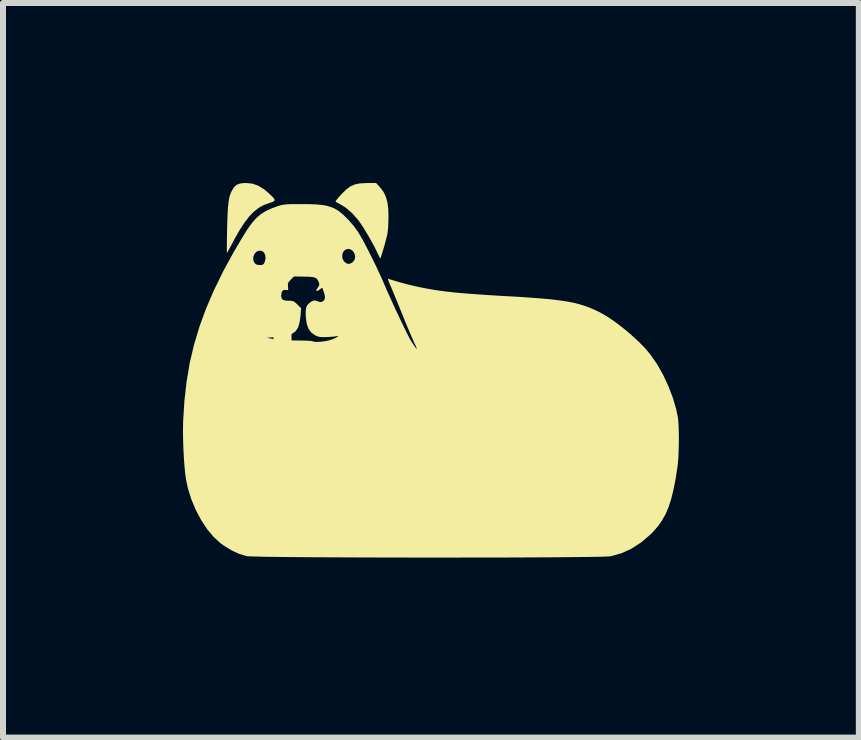
<source format=kicad_pcb>
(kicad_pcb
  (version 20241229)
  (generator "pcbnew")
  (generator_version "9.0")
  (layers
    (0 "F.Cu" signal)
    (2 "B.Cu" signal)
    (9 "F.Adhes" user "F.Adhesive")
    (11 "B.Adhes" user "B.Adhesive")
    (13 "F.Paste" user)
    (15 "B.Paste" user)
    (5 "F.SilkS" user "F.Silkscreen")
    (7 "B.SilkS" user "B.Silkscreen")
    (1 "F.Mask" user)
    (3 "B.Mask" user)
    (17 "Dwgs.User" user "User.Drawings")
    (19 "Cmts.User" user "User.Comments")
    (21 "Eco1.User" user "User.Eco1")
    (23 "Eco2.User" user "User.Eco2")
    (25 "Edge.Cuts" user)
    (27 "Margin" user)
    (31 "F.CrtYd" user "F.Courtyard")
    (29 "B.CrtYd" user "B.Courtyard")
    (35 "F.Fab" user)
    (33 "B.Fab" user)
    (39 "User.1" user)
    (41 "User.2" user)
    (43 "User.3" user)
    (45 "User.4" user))
  (footprint "Logo"
    (layer "F.Cu")
    (at 3.981 3.134)
    (property "Reference" "Logo" (at 0 0 0) (layer "F.SilkS") (effects (font (size 1.524 1.524) (thickness 0.3))))
    (attr board_only exclude_from_pos_files exclude_from_bom)
    (fp_poly (pts (xy -2.828 -3.124) (xy -2.731 -3.091) (xy -2.636 -3.034) (xy -2.559 -2.97) (xy -2.501 -2.916) (xy -2.465 -2.878) (xy -2.453 -2.851) (xy -2.462 -2.832) (xy -2.494 -2.816) (xy -2.544 -2.8) (xy -2.636 -2.766) (xy -2.72 -2.719) (xy -2.799 -2.657) (xy -2.877 -2.577) (xy -2.954 -2.476) (xy -3.035 -2.352) (xy -3.12 -2.203) (xy -3.167 -2.115) (xy -3.198 -2.056) (xy -3.224 -2.008) (xy -3.242 -1.977) (xy -3.247 -1.969) (xy -3.249 -1.982) (xy -3.25 -2.022) (xy -3.25 -2.085) (xy -3.249 -2.168) (xy -3.248 -2.265) (xy -3.246 -2.361) (xy -3.242 -2.509) (xy -3.237 -2.629) (xy -3.231 -2.726) (xy -3.223 -2.803) (xy -3.214 -2.866) (xy -3.202 -2.917) (xy -3.187 -2.961) (xy -3.169 -3) (xy -3.13 -3.064) (xy -3.085 -3.105) (xy -3.027 -3.126) (xy -2.948 -3.134) (xy -2.934 -3.134)) (stroke (width 0) (type solid)) (fill yes) (layer "F.SilkS"))
    (fp_poly (pts (xy -0.694 -3.058) (xy -0.639 -2.986) (xy -0.6 -2.905) (xy -0.573 -2.809) (xy -0.559 -2.694) (xy -0.556 -2.563) (xy -0.558 -2.478) (xy -0.562 -2.393) (xy -0.569 -2.32) (xy -0.576 -2.274) (xy -0.587 -2.229) (xy -0.603 -2.169) (xy -0.621 -2.101) (xy -0.641 -2.032) (xy -0.66 -1.969) (xy -0.677 -1.917) (xy -0.688 -1.884) (xy -0.693 -1.876) (xy -0.701 -1.889) (xy -0.718 -1.923) (xy -0.739 -1.966) (xy -0.786 -2.063) (xy -0.844 -2.17) (xy -0.906 -2.278) (xy -0.968 -2.381) (xy -1.026 -2.468) (xy -1.058 -2.513) (xy -1.163 -2.632) (xy -1.274 -2.727) (xy -1.368 -2.783) (xy -1.409 -2.804) (xy -1.434 -2.822) (xy -1.438 -2.829) (xy -1.428 -2.845) (xy -1.401 -2.878) (xy -1.362 -2.922) (xy -1.337 -2.95) (xy -1.261 -3.025) (xy -1.191 -3.077) (xy -1.118 -3.11) (xy -1.032 -3.127) (xy -0.925 -3.133) (xy -0.917 -3.133) (xy -0.763 -3.134)) (stroke (width 0) (type solid)) (fill yes) (layer "F.SilkS"))
    (fp_poly (pts (xy -1.875 -2.781) (xy -1.764 -2.777) (xy -1.673 -2.769) (xy -1.598 -2.757) (xy -1.533 -2.739) (xy -1.472 -2.716) (xy -1.454 -2.708) (xy -1.383 -2.665) (xy -1.303 -2.599) (xy -1.221 -2.517) (xy -1.14 -2.424) (xy -1.068 -2.325) (xy -1.065 -2.321) (xy -1.028 -2.26) (xy -0.98 -2.176) (xy -0.926 -2.074) (xy -0.868 -1.961) (xy -0.809 -1.842) (xy -0.751 -1.722) (xy -0.698 -1.608) (xy -0.651 -1.504) (xy -0.643 -1.485) (xy -0.601 -1.387) (xy -0.552 -1.277) (xy -0.499 -1.159) (xy -0.444 -1.039) (xy -0.388 -0.921) (xy -0.335 -0.809) (xy -0.286 -0.707) (xy -0.244 -0.622) (xy -0.21 -0.556) (xy -0.189 -0.519) (xy -0.146 -0.449) (xy -0.113 -0.4) (xy -0.092 -0.374) (xy -0.084 -0.371) (xy -0.09 -0.392) (xy -0.111 -0.439) (xy -0.115 -0.445) (xy -0.136 -0.491) (xy -0.166 -0.56) (xy -0.203 -0.647) (xy -0.245 -0.746) (xy -0.289 -0.853) (xy -0.317 -0.922) (xy -0.361 -1.031) (xy -0.405 -1.139) (xy -0.446 -1.238) (xy -0.481 -1.324) (xy -0.509 -1.391) (xy -0.522 -1.419) (xy -0.545 -1.475) (xy -0.56 -1.517) (xy -0.565 -1.539) (xy -0.564 -1.54) (xy -0.54 -1.531) (xy -0.493 -1.516) (xy -0.429 -1.497) (xy -0.354 -1.475) (xy -0.276 -1.454) (xy -0.2 -1.435) (xy -0.148 -1.422) (xy -0.021 -1.394) (xy 0.11 -1.369) (xy 0.248 -1.346) (xy 0.396 -1.326) (xy 0.558 -1.308) (xy 0.737 -1.292) (xy 0.938 -1.277) (xy 1.163 -1.262) (xy 1.368 -1.25) (xy 1.603 -1.237) (xy 1.81 -1.223) (xy 1.991 -1.209) (xy 2.15 -1.195) (xy 2.289 -1.178) (xy 2.412 -1.16) (xy 2.521 -1.139) (xy 2.62 -1.115) (xy 2.711 -1.087) (xy 2.796 -1.056) (xy 2.88 -1.02) (xy 2.962 -0.981) (xy 3.08 -0.914) (xy 3.21 -0.827) (xy 3.344 -0.725) (xy 3.478 -0.614) (xy 3.603 -0.5) (xy 3.715 -0.387) (xy 3.805 -0.281) (xy 3.805 -0.281) (xy 3.917 -0.12) (xy 4.02 0.06) (xy 4.11 0.253) (xy 4.185 0.449) (xy 4.241 0.641) (xy 4.268 0.774) (xy 4.276 0.85) (xy 4.281 0.95) (xy 4.284 1.067) (xy 4.284 1.191) (xy 4.281 1.316) (xy 4.276 1.435) (xy 4.268 1.539) (xy 4.261 1.598) (xy 4.229 1.803) (xy 4.194 1.981) (xy 4.156 2.134) (xy 4.113 2.268) (xy 4.063 2.385) (xy 4.004 2.49) (xy 3.936 2.587) (xy 3.856 2.678) (xy 3.813 2.722) (xy 3.658 2.855) (xy 3.495 2.961) (xy 3.326 3.038) (xy 3.153 3.086) (xy 3.142 3.088) (xy 3.111 3.091) (xy 3.05 3.093) (xy 2.962 3.096) (xy 2.849 3.098) (xy 2.712 3.1) (xy 2.554 3.101) (xy 2.376 3.103) (xy 2.18 3.105) (xy 1.968 3.106) (xy 1.743 3.107) (xy 1.505 3.108) (xy 1.257 3.109) (xy 1.001 3.109) (xy 0.738 3.109) (xy 0.471 3.11) (xy 0.202 3.11) (xy -0.068 3.11) (xy -0.337 3.109) (xy -0.603 3.109) (xy -0.864 3.108) (xy -1.118 3.107) (xy -1.362 3.106) (xy -1.596 3.105) (xy -1.818 3.104) (xy -2.025 3.102) (xy -2.215 3.101) (xy -2.387 3.099) (xy -2.539 3.097) (xy -2.668 3.095) (xy -2.773 3.092) (xy -2.852 3.09) (xy -2.904 3.087) (xy -2.923 3.085) (xy -3.042 3.049) (xy -3.17 2.99) (xy -3.297 2.912) (xy -3.353 2.872) (xy -3.469 2.767) (xy -3.579 2.635) (xy -3.679 2.483) (xy -3.768 2.315) (xy -3.843 2.136) (xy -3.9 1.952) (xy -3.93 1.811) (xy -3.944 1.711) (xy -3.956 1.587) (xy -3.966 1.446) (xy -3.974 1.297) (xy -3.979 1.145) (xy -3.981 0.998) (xy -3.979 0.864) (xy -3.978 0.828) (xy -3.957 0.496) (xy -3.921 0.177) (xy -3.869 -0.132) (xy -3.798 -0.436) (xy -3.762 -0.554) (xy -2.587 -0.554) (xy -2.477 -0.532) (xy -2.415 -0.523) (xy -2.327 -0.516) (xy -2.222 -0.511) (xy -2.107 -0.509) (xy -2.1 -0.509) (xy -2.011 -0.508) (xy -1.933 -0.506) (xy -1.872 -0.503) (xy -1.832 -0.499) (xy -1.82 -0.496) (xy -1.794 -0.487) (xy -1.746 -0.485) (xy -1.684 -0.488) (xy -1.618 -0.496) (xy -1.555 -0.509) (xy -1.496 -0.527) (xy -1.442 -0.55) (xy -1.415 -0.565) (xy -1.392 -0.582) (xy -1.393 -0.587) (xy -1.399 -0.585) (xy -1.428 -0.579) (xy -1.48 -0.573) (xy -1.544 -0.568) (xy -1.571 -0.567) (xy -1.642 -0.565) (xy -1.693 -0.567) (xy -1.731 -0.575) (xy -1.768 -0.59) (xy -1.781 -0.597) (xy -1.845 -0.643) (xy -1.89 -0.707) (xy -1.92 -0.792) (xy -1.934 -0.903) (xy -1.935 -0.916) (xy -1.936 -0.998) (xy -1.928 -1.058) (xy -1.907 -1.102) (xy -1.87 -1.137) (xy -1.842 -1.156) (xy -1.806 -1.174) (xy -1.777 -1.175) (xy -1.741 -1.163) (xy -1.693 -1.149) (xy -1.658 -1.156) (xy -1.626 -1.183) (xy -1.614 -1.223) (xy -1.622 -1.28) (xy -1.644 -1.347) (xy -1.66 -1.39) (xy -1.705 -1.356) (xy -1.742 -1.334) (xy -1.759 -1.335) (xy -1.754 -1.358) (xy -1.734 -1.389) (xy -1.712 -1.424) (xy -1.709 -1.452) (xy -1.719 -1.484) (xy -1.736 -1.519) (xy -1.757 -1.544) (xy -1.788 -1.559) (xy -1.834 -1.568) (xy -1.902 -1.572) (xy -1.959 -1.573) (xy -2.131 -1.576) (xy -2.185 -1.522) (xy -2.218 -1.486) (xy -2.232 -1.456) (xy -2.232 -1.419) (xy -2.231 -1.405) (xy -2.227 -1.366) (xy -2.232 -1.349) (xy -2.251 -1.349) (xy -2.267 -1.352) (xy -2.308 -1.349) (xy -2.334 -1.32) (xy -2.344 -1.264) (xy -2.345 -1.255) (xy -2.338 -1.212) (xy -2.315 -1.186) (xy -2.27 -1.174) (xy -2.222 -1.172) (xy -2.171 -1.17) (xy -2.136 -1.16) (xy -2.103 -1.136) (xy -2.075 -1.109) (xy -2.012 -1.047) (xy -2.022 -0.918) (xy -2.037 -0.811) (xy -2.062 -0.727) (xy -2.102 -0.665) (xy -2.16 -0.621) (xy -2.24 -0.591) (xy -2.344 -0.572) (xy -2.416 -0.566) (xy -2.587 -0.554) (xy -3.762 -0.554) (xy -3.708 -0.736) (xy -3.598 -1.038) (xy -3.466 -1.344) (xy -3.313 -1.658) (xy -3.181 -1.9) (xy -2.809 -1.9) (xy -2.809 -1.848) (xy -2.789 -1.801) (xy -2.761 -1.776) (xy -2.717 -1.767) (xy -2.702 -1.766) (xy -2.66 -1.769) (xy -2.637 -1.784) (xy -2.618 -1.818) (xy -2.617 -1.822) (xy -2.604 -1.882) (xy -2.612 -1.939) (xy -2.613 -1.941) (xy -1.326 -1.941) (xy -1.326 -1.888) (xy -1.305 -1.837) (xy -1.29 -1.82) (xy -1.245 -1.788) (xy -1.201 -1.787) (xy -1.151 -1.814) (xy -1.151 -1.814) (xy -1.12 -1.856) (xy -1.111 -1.907) (xy -1.123 -1.959) (xy -1.151 -2.003) (xy -1.194 -2.03) (xy -1.227 -2.036) (xy -1.275 -2.023) (xy -1.309 -1.988) (xy -1.326 -1.941) (xy -2.613 -1.941) (xy -2.639 -1.983) (xy -2.668 -2.002) (xy -2.716 -2.006) (xy -2.759 -1.986) (xy -2.791 -1.949) (xy -2.809 -1.9) (xy -3.181 -1.9) (xy -3.135 -1.984) (xy -2.987 -2.235) (xy -2.907 -2.362) (xy -2.833 -2.465) (xy -2.762 -2.546) (xy -2.688 -2.611) (xy -2.607 -2.663) (xy -2.513 -2.707) (xy -2.417 -2.743) (xy -2.373 -2.757) (xy -2.333 -2.767) (xy -2.291 -2.774) (xy -2.24 -2.779) (xy -2.176 -2.781) (xy -2.09 -2.782) (xy -2.013 -2.782)) (stroke (width 0) (type solid)) (fill yes) (layer "F.SilkS")))
  (gr_rect
    (start -3 -3)
    (end 11.265 9.244)
    (stroke (width 0.1) (type default))
    (fill no)
    (layer "Edge.Cuts")))
</source>
